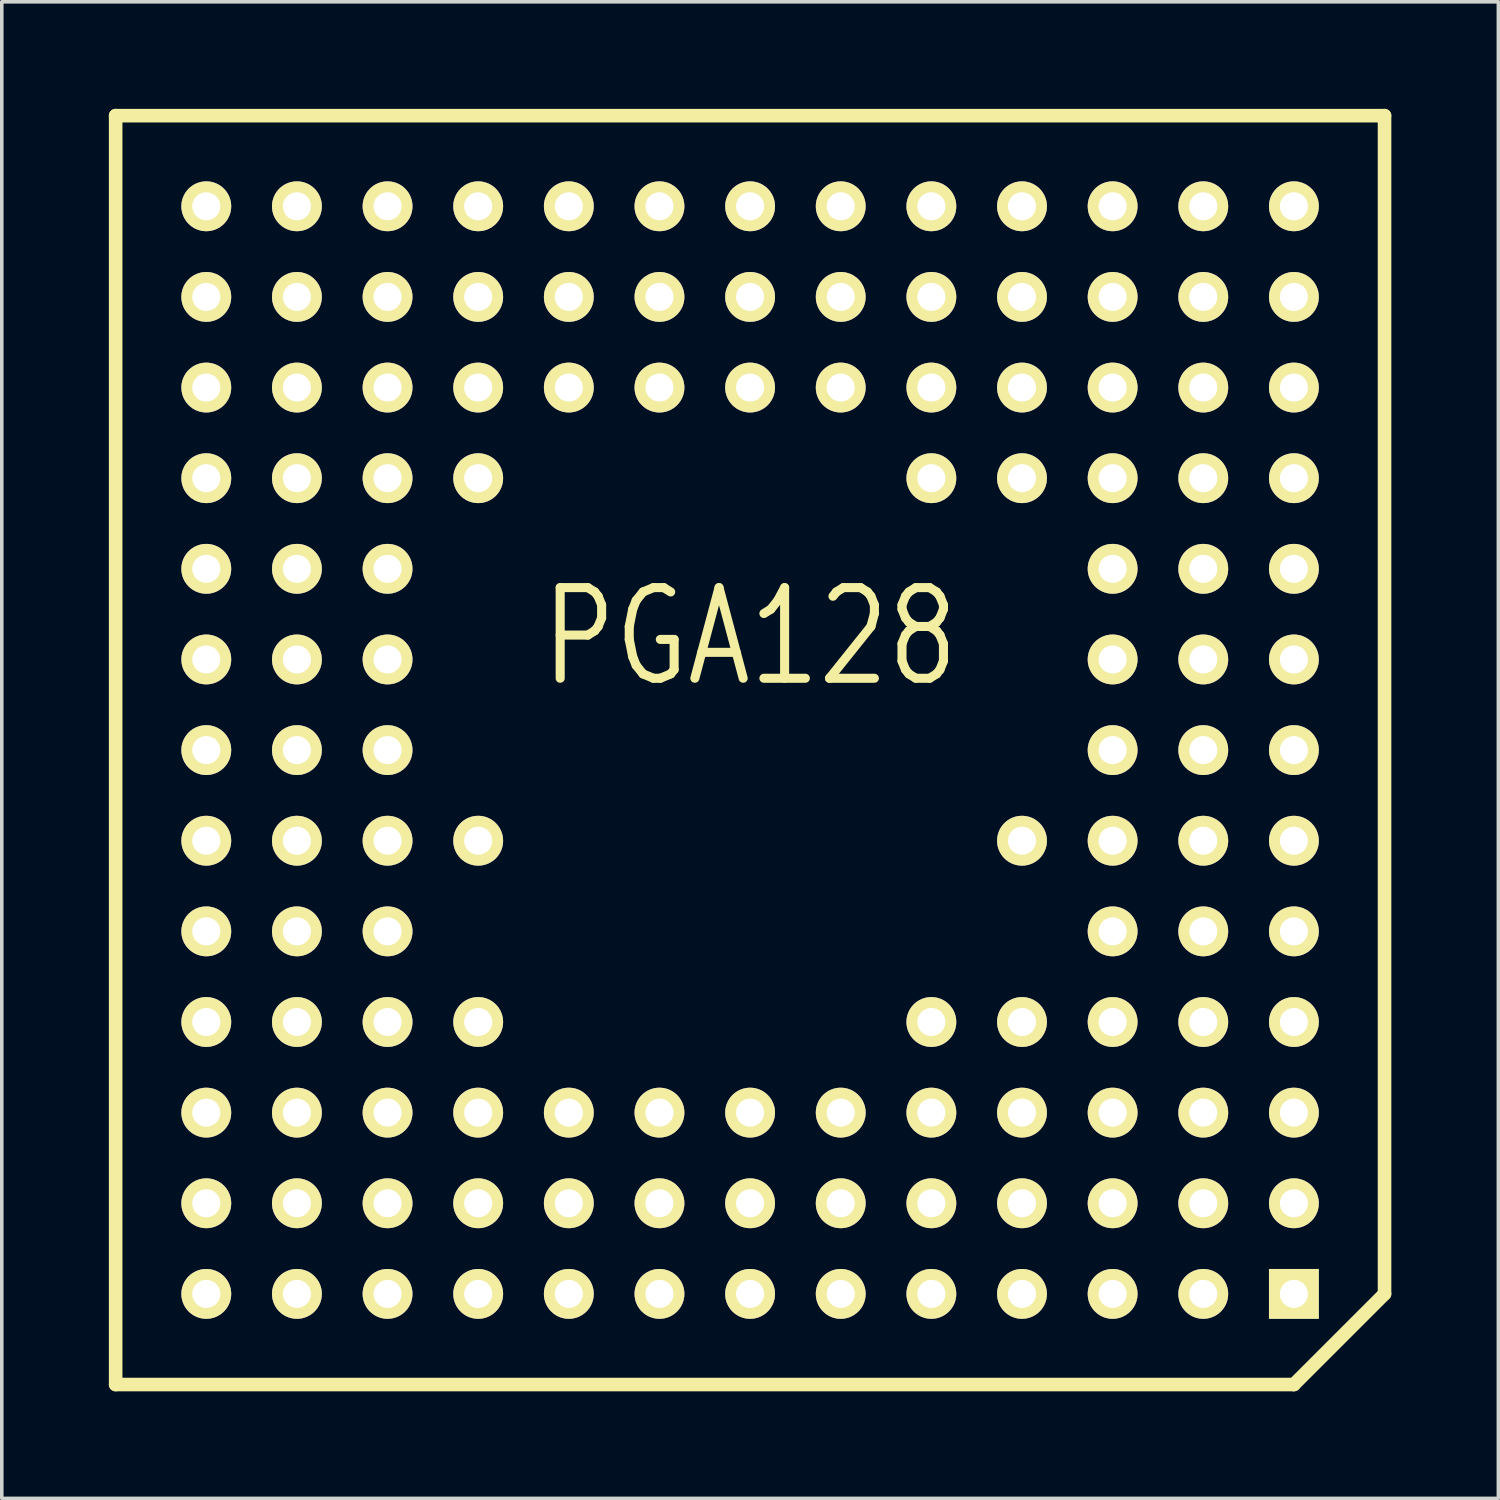
<source format=kicad_pcb>
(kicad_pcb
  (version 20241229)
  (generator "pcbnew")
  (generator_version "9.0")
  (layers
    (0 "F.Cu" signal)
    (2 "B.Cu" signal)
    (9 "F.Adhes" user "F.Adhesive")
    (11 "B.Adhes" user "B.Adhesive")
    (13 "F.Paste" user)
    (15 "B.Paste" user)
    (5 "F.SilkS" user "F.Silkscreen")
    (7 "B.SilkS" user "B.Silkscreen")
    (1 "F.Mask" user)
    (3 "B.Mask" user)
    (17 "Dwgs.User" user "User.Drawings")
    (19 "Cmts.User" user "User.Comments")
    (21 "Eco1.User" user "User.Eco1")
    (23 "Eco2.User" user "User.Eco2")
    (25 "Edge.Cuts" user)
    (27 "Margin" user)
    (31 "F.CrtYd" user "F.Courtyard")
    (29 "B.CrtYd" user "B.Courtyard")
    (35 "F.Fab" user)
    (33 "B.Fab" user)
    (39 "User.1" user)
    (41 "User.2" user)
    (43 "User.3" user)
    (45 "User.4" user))
  (footprint "PGA128"
    (layer "F.Cu")
    (at 17.971 17.971)
    (property "Reference" "PGA128" (at 0 -3.175 0) (layer "F.SilkS") (effects (font (size 2.54 2.032) (thickness 0.254))))
    (fp_line (start -17.78 -17.78) (end -17.78 17.78) (stroke (width 0.381) (type solid)) (layer "F.SilkS"))
    (fp_line (start -17.78 17.78) (end 15.24 17.78) (stroke (width 0.381) (type solid)) (layer "F.SilkS"))
    (fp_line (start 15.24 17.78) (end 17.78 15.24) (stroke (width 0.381) (type solid)) (layer "F.SilkS"))
    (fp_line (start 17.78 -17.78) (end -17.78 -17.78) (stroke (width 0.381) (type solid)) (layer "F.SilkS"))
    (fp_line (start 17.78 15.24) (end 17.78 -17.78) (stroke (width 0.381) (type solid)) (layer "F.SilkS"))
    (pad "A1" thru_hole rect (at 15.24 15.24) (size 1.397 1.397) (drill 0.787) (layers "*.Cu" "*.Mask" "F.SilkS"))
    (pad "A2" thru_hole circle (at 12.7 15.24) (size 1.397 1.397) (drill 0.787) (layers "*.Cu" "*.Mask" "F.SilkS"))
    (pad "A3" thru_hole circle (at 10.16 15.24) (size 1.397 1.397) (drill 0.787) (layers "*.Cu" "*.Mask" "F.SilkS"))
    (pad "A4" thru_hole circle (at 7.62 15.24) (size 1.397 1.397) (drill 0.787) (layers "*.Cu" "*.Mask" "F.SilkS"))
    (pad "A5" thru_hole circle (at 5.08 15.24) (size 1.397 1.397) (drill 0.787) (layers "*.Cu" "*.Mask" "F.SilkS"))
    (pad "A6" thru_hole circle (at 2.54 15.24) (size 1.397 1.397) (drill 0.787) (layers "*.Cu" "*.Mask" "F.SilkS"))
    (pad "A7" thru_hole circle (at 0 15.24) (size 1.397 1.397) (drill 0.787) (layers "*.Cu" "*.Mask" "F.SilkS"))
    (pad "A8" thru_hole circle (at -2.54 15.24) (size 1.397 1.397) (drill 0.787) (layers "*.Cu" "*.Mask" "F.SilkS"))
    (pad "A9" thru_hole circle (at -5.08 15.24) (size 1.397 1.397) (drill 0.787) (layers "*.Cu" "*.Mask" "F.SilkS"))
    (pad "A10" thru_hole circle (at -7.62 15.24) (size 1.397 1.397) (drill 0.787) (layers "*.Cu" "*.Mask" "F.SilkS"))
    (pad "A11" thru_hole circle (at -10.16 15.24) (size 1.397 1.397) (drill 0.787) (layers "*.Cu" "*.Mask" "F.SilkS"))
    (pad "A12" thru_hole circle (at -12.7 15.24) (size 1.397 1.397) (drill 0.787) (layers "*.Cu" "*.Mask" "F.SilkS"))
    (pad "A13" thru_hole circle (at -15.24 15.24) (size 1.397 1.397) (drill 0.787) (layers "*.Cu" "*.Mask" "F.SilkS"))
    (pad "B1" thru_hole circle (at 15.24 12.7) (size 1.397 1.397) (drill 0.787) (layers "*.Cu" "*.Mask" "F.SilkS"))
    (pad "B2" thru_hole circle (at 12.7 12.7) (size 1.397 1.397) (drill 0.787) (layers "*.Cu" "*.Mask" "F.SilkS"))
    (pad "B3" thru_hole circle (at 10.16 12.7) (size 1.397 1.397) (drill 0.787) (layers "*.Cu" "*.Mask" "F.SilkS"))
    (pad "B4" thru_hole circle (at 7.62 12.7) (size 1.397 1.397) (drill 0.787) (layers "*.Cu" "*.Mask" "F.SilkS"))
    (pad "B5" thru_hole circle (at 5.08 12.7) (size 1.397 1.397) (drill 0.787) (layers "*.Cu" "*.Mask" "F.SilkS"))
    (pad "B6" thru_hole circle (at 2.54 12.7) (size 1.397 1.397) (drill 0.787) (layers "*.Cu" "*.Mask" "F.SilkS"))
    (pad "B7" thru_hole circle (at 0 12.7) (size 1.397 1.397) (drill 0.787) (layers "*.Cu" "*.Mask" "F.SilkS"))
    (pad "B8" thru_hole circle (at -2.54 12.7) (size 1.397 1.397) (drill 0.787) (layers "*.Cu" "*.Mask" "F.SilkS"))
    (pad "B9" thru_hole circle (at -5.08 12.7) (size 1.397 1.397) (drill 0.787) (layers "*.Cu" "*.Mask" "F.SilkS"))
    (pad "B10" thru_hole circle (at -7.62 12.7) (size 1.397 1.397) (drill 0.787) (layers "*.Cu" "*.Mask" "F.SilkS"))
    (pad "B11" thru_hole circle (at -10.16 12.7) (size 1.397 1.397) (drill 0.787) (layers "*.Cu" "*.Mask" "F.SilkS"))
    (pad "B12" thru_hole circle (at -12.7 12.7) (size 1.397 1.397) (drill 0.787) (layers "*.Cu" "*.Mask" "F.SilkS"))
    (pad "B13" thru_hole circle (at -15.24 12.7) (size 1.397 1.397) (drill 0.787) (layers "*.Cu" "*.Mask" "F.SilkS"))
    (pad "C1" thru_hole circle (at 15.24 10.16) (size 1.397 1.397) (drill 0.787) (layers "*.Cu" "*.Mask" "F.SilkS"))
    (pad "C2" thru_hole circle (at 12.7 10.16) (size 1.397 1.397) (drill 0.787) (layers "*.Cu" "*.Mask" "F.SilkS"))
    (pad "C3" thru_hole circle (at 10.16 10.16) (size 1.397 1.397) (drill 0.787) (layers "*.Cu" "*.Mask" "F.SilkS"))
    (pad "C4" thru_hole circle (at 7.62 10.16) (size 1.397 1.397) (drill 0.787) (layers "*.Cu" "*.Mask" "F.SilkS"))
    (pad "C5" thru_hole circle (at 5.08 10.16) (size 1.397 1.397) (drill 0.787) (layers "*.Cu" "*.Mask" "F.SilkS"))
    (pad "C6" thru_hole circle (at 2.54 10.16) (size 1.397 1.397) (drill 0.787) (layers "*.Cu" "*.Mask" "F.SilkS"))
    (pad "C7" thru_hole circle (at 0 10.16) (size 1.397 1.397) (drill 0.787) (layers "*.Cu" "*.Mask" "F.SilkS"))
    (pad "C8" thru_hole circle (at -2.54 10.16) (size 1.397 1.397) (drill 0.787) (layers "*.Cu" "*.Mask" "F.SilkS"))
    (pad "C9" thru_hole circle (at -5.08 10.16) (size 1.397 1.397) (drill 0.787) (layers "*.Cu" "*.Mask" "F.SilkS"))
    (pad "C10" thru_hole circle (at -7.62 10.16) (size 1.397 1.397) (drill 0.787) (layers "*.Cu" "*.Mask" "F.SilkS"))
    (pad "C11" thru_hole circle (at -10.16 10.16) (size 1.397 1.397) (drill 0.787) (layers "*.Cu" "*.Mask" "F.SilkS"))
    (pad "C12" thru_hole circle (at -12.7 10.16) (size 1.397 1.397) (drill 0.787) (layers "*.Cu" "*.Mask" "F.SilkS"))
    (pad "C13" thru_hole circle (at -15.24 10.16) (size 1.397 1.397) (drill 0.787) (layers "*.Cu" "*.Mask" "F.SilkS"))
    (pad "D1" thru_hole circle (at 15.24 7.62) (size 1.397 1.397) (drill 0.787) (layers "*.Cu" "*.Mask" "F.SilkS"))
    (pad "D2" thru_hole circle (at 12.7 7.62) (size 1.397 1.397) (drill 0.787) (layers "*.Cu" "*.Mask" "F.SilkS"))
    (pad "D3" thru_hole circle (at 10.16 7.62) (size 1.397 1.397) (drill 0.787) (layers "*.Cu" "*.Mask" "F.SilkS"))
    (pad "D4" thru_hole circle (at 7.62 7.62) (size 1.397 1.397) (drill 0.787) (layers "*.Cu" "*.Mask" "F.SilkS"))
    (pad "D5" thru_hole circle (at 5.08 7.62) (size 1.397 1.397) (drill 0.787) (layers "*.Cu" "*.Mask" "F.SilkS"))
    (pad "D10" thru_hole circle (at -7.62 7.62) (size 1.397 1.397) (drill 0.787) (layers "*.Cu" "*.Mask" "F.SilkS"))
    (pad "D11" thru_hole circle (at -10.16 7.62) (size 1.397 1.397) (drill 0.787) (layers "*.Cu" "*.Mask" "F.SilkS"))
    (pad "D12" thru_hole circle (at -12.7 7.62) (size 1.397 1.397) (drill 0.787) (layers "*.Cu" "*.Mask" "F.SilkS"))
    (pad "D13" thru_hole circle (at -15.24 7.62) (size 1.397 1.397) (drill 0.787) (layers "*.Cu" "*.Mask" "F.SilkS"))
    (pad "E1" thru_hole circle (at 15.24 5.08) (size 1.397 1.397) (drill 0.787) (layers "*.Cu" "*.Mask" "F.SilkS"))
    (pad "E2" thru_hole circle (at 12.7 5.08) (size 1.397 1.397) (drill 0.787) (layers "*.Cu" "*.Mask" "F.SilkS"))
    (pad "E3" thru_hole circle (at 10.16 5.08) (size 1.397 1.397) (drill 0.787) (layers "*.Cu" "*.Mask" "F.SilkS"))
    (pad "E11" thru_hole circle (at -10.16 5.08) (size 1.397 1.397) (drill 0.787) (layers "*.Cu" "*.Mask" "F.SilkS"))
    (pad "E12" thru_hole circle (at -12.7 5.08) (size 1.397 1.397) (drill 0.787) (layers "*.Cu" "*.Mask" "F.SilkS"))
    (pad "E13" thru_hole circle (at -15.24 5.08) (size 1.397 1.397) (drill 0.787) (layers "*.Cu" "*.Mask" "F.SilkS"))
    (pad "F1" thru_hole circle (at 15.24 2.54) (size 1.397 1.397) (drill 0.787) (layers "*.Cu" "*.Mask" "F.SilkS"))
    (pad "F2" thru_hole circle (at 12.7 2.54) (size 1.397 1.397) (drill 0.787) (layers "*.Cu" "*.Mask" "F.SilkS"))
    (pad "F3" thru_hole circle (at 10.16 2.54) (size 1.397 1.397) (drill 0.787) (layers "*.Cu" "*.Mask" "F.SilkS"))
    (pad "F4" thru_hole circle (at 7.62 2.54) (size 1.397 1.397) (drill 0.787) (layers "*.Cu" "*.Mask" "F.SilkS"))
    (pad "F10" thru_hole circle (at -7.62 2.54) (size 1.397 1.397) (drill 0.787) (layers "*.Cu" "*.Mask" "F.SilkS"))
    (pad "F11" thru_hole circle (at -10.16 2.54) (size 1.397 1.397) (drill 0.787) (layers "*.Cu" "*.Mask" "F.SilkS"))
    (pad "F12" thru_hole circle (at -12.7 2.54) (size 1.397 1.397) (drill 0.787) (layers "*.Cu" "*.Mask" "F.SilkS"))
    (pad "F13" thru_hole circle (at -15.24 2.54) (size 1.397 1.397) (drill 0.787) (layers "*.Cu" "*.Mask" "F.SilkS"))
    (pad "G1" thru_hole circle (at 15.24 0) (size 1.397 1.397) (drill 0.787) (layers "*.Cu" "*.Mask" "F.SilkS"))
    (pad "G2" thru_hole circle (at 12.7 0) (size 1.397 1.397) (drill 0.787) (layers "*.Cu" "*.Mask" "F.SilkS"))
    (pad "G3" thru_hole circle (at 10.16 0) (size 1.397 1.397) (drill 0.787) (layers "*.Cu" "*.Mask" "F.SilkS"))
    (pad "G11" thru_hole circle (at -10.16 0) (size 1.397 1.397) (drill 0.787) (layers "*.Cu" "*.Mask" "F.SilkS"))
    (pad "G12" thru_hole circle (at -12.7 0) (size 1.397 1.397) (drill 0.787) (layers "*.Cu" "*.Mask" "F.SilkS"))
    (pad "G13" thru_hole circle (at -15.24 0) (size 1.397 1.397) (drill 0.787) (layers "*.Cu" "*.Mask" "F.SilkS"))
    (pad "H1" thru_hole circle (at 15.24 -2.54) (size 1.397 1.397) (drill 0.787) (layers "*.Cu" "*.Mask" "F.SilkS"))
    (pad "H2" thru_hole circle (at 12.7 -2.54) (size 1.397 1.397) (drill 0.787) (layers "*.Cu" "*.Mask" "F.SilkS"))
    (pad "H3" thru_hole circle (at 10.16 -2.54) (size 1.397 1.397) (drill 0.787) (layers "*.Cu" "*.Mask" "F.SilkS"))
    (pad "H11" thru_hole circle (at -10.16 -2.54) (size 1.397 1.397) (drill 0.787) (layers "*.Cu" "*.Mask" "F.SilkS"))
    (pad "H12" thru_hole circle (at -12.7 -2.54) (size 1.397 1.397) (drill 0.787) (layers "*.Cu" "*.Mask" "F.SilkS"))
    (pad "H13" thru_hole circle (at -15.24 -2.54) (size 1.397 1.397) (drill 0.787) (layers "*.Cu" "*.Mask" "F.SilkS"))
    (pad "J1" thru_hole circle (at 15.24 -5.08) (size 1.397 1.397) (drill 0.787) (layers "*.Cu" "*.Mask" "F.SilkS"))
    (pad "J2" thru_hole circle (at 12.7 -5.08) (size 1.397 1.397) (drill 0.787) (layers "*.Cu" "*.Mask" "F.SilkS"))
    (pad "J3" thru_hole circle (at 10.16 -5.08) (size 1.397 1.397) (drill 0.787) (layers "*.Cu" "*.Mask" "F.SilkS"))
    (pad "J11" thru_hole circle (at -10.16 -5.08) (size 1.397 1.397) (drill 0.787) (layers "*.Cu" "*.Mask" "F.SilkS"))
    (pad "J12" thru_hole circle (at -12.7 -5.08) (size 1.397 1.397) (drill 0.787) (layers "*.Cu" "*.Mask" "F.SilkS"))
    (pad "J13" thru_hole circle (at -15.24 -5.08) (size 1.397 1.397) (drill 0.787) (layers "*.Cu" "*.Mask" "F.SilkS"))
    (pad "K1" thru_hole circle (at 15.24 -7.62) (size 1.397 1.397) (drill 0.787) (layers "*.Cu" "*.Mask" "F.SilkS"))
    (pad "K2" thru_hole circle (at 12.7 -7.62) (size 1.397 1.397) (drill 0.787) (layers "*.Cu" "*.Mask" "F.SilkS"))
    (pad "K3" thru_hole circle (at 10.16 -7.62) (size 1.397 1.397) (drill 0.787) (layers "*.Cu" "*.Mask" "F.SilkS"))
    (pad "K4" thru_hole circle (at 7.62 -7.62) (size 1.397 1.397) (drill 0.787) (layers "*.Cu" "*.Mask" "F.SilkS"))
    (pad "K5" thru_hole circle (at 5.08 -7.62) (size 1.397 1.397) (drill 0.787) (layers "*.Cu" "*.Mask" "F.SilkS"))
    (pad "K10" thru_hole circle (at -7.62 -7.62) (size 1.397 1.397) (drill 0.787) (layers "*.Cu" "*.Mask" "F.SilkS"))
    (pad "K11" thru_hole circle (at -10.16 -7.62) (size 1.397 1.397) (drill 0.787) (layers "*.Cu" "*.Mask" "F.SilkS"))
    (pad "K12" thru_hole circle (at -12.7 -7.62) (size 1.397 1.397) (drill 0.787) (layers "*.Cu" "*.Mask" "F.SilkS"))
    (pad "K13" thru_hole circle (at -15.24 -7.62) (size 1.397 1.397) (drill 0.787) (layers "*.Cu" "*.Mask" "F.SilkS"))
    (pad "L1" thru_hole circle (at 15.24 -10.16) (size 1.397 1.397) (drill 0.787) (layers "*.Cu" "*.Mask" "F.SilkS"))
    (pad "L2" thru_hole circle (at 12.7 -10.16) (size 1.397 1.397) (drill 0.787) (layers "*.Cu" "*.Mask" "F.SilkS"))
    (pad "L3" thru_hole circle (at 10.16 -10.16) (size 1.397 1.397) (drill 0.787) (layers "*.Cu" "*.Mask" "F.SilkS"))
    (pad "L4" thru_hole circle (at 7.62 -10.16) (size 1.397 1.397) (drill 0.787) (layers "*.Cu" "*.Mask" "F.SilkS"))
    (pad "L5" thru_hole circle (at 5.08 -10.16) (size 1.397 1.397) (drill 0.787) (layers "*.Cu" "*.Mask" "F.SilkS"))
    (pad "L6" thru_hole circle (at 2.54 -10.16) (size 1.397 1.397) (drill 0.787) (layers "*.Cu" "*.Mask" "F.SilkS"))
    (pad "L7" thru_hole circle (at 0 -10.16) (size 1.397 1.397) (drill 0.787) (layers "*.Cu" "*.Mask" "F.SilkS"))
    (pad "L8" thru_hole circle (at -2.54 -10.16) (size 1.397 1.397) (drill 0.787) (layers "*.Cu" "*.Mask" "F.SilkS"))
    (pad "L9" thru_hole circle (at -5.08 -10.16) (size 1.397 1.397) (drill 0.787) (layers "*.Cu" "*.Mask" "F.SilkS"))
    (pad "L10" thru_hole circle (at -7.62 -10.16) (size 1.397 1.397) (drill 0.787) (layers "*.Cu" "*.Mask" "F.SilkS"))
    (pad "L11" thru_hole circle (at -10.16 -10.16) (size 1.397 1.397) (drill 0.787) (layers "*.Cu" "*.Mask" "F.SilkS"))
    (pad "L12" thru_hole circle (at -12.7 -10.16) (size 1.397 1.397) (drill 0.787) (layers "*.Cu" "*.Mask" "F.SilkS"))
    (pad "L13" thru_hole circle (at -15.24 -10.16) (size 1.397 1.397) (drill 0.787) (layers "*.Cu" "*.Mask" "F.SilkS"))
    (pad "M1" thru_hole circle (at 15.24 -12.7) (size 1.397 1.397) (drill 0.787) (layers "*.Cu" "*.Mask" "F.SilkS"))
    (pad "M2" thru_hole circle (at 12.7 -12.7) (size 1.397 1.397) (drill 0.787) (layers "*.Cu" "*.Mask" "F.SilkS"))
    (pad "M3" thru_hole circle (at 10.16 -12.7) (size 1.397 1.397) (drill 0.787) (layers "*.Cu" "*.Mask" "F.SilkS"))
    (pad "M4" thru_hole circle (at 7.62 -12.7) (size 1.397 1.397) (drill 0.787) (layers "*.Cu" "*.Mask" "F.SilkS"))
    (pad "M5" thru_hole circle (at 5.08 -12.7) (size 1.397 1.397) (drill 0.787) (layers "*.Cu" "*.Mask" "F.SilkS"))
    (pad "M6" thru_hole circle (at 2.54 -12.7) (size 1.397 1.397) (drill 0.787) (layers "*.Cu" "*.Mask" "F.SilkS"))
    (pad "M7" thru_hole circle (at 0 -12.7) (size 1.397 1.397) (drill 0.787) (layers "*.Cu" "*.Mask" "F.SilkS"))
    (pad "M8" thru_hole circle (at -2.54 -12.7) (size 1.397 1.397) (drill 0.787) (layers "*.Cu" "*.Mask" "F.SilkS"))
    (pad "M9" thru_hole circle (at -5.08 -12.7) (size 1.397 1.397) (drill 0.787) (layers "*.Cu" "*.Mask" "F.SilkS"))
    (pad "M10" thru_hole circle (at -7.62 -12.7) (size 1.397 1.397) (drill 0.787) (layers "*.Cu" "*.Mask" "F.SilkS"))
    (pad "M11" thru_hole circle (at -10.16 -12.7) (size 1.397 1.397) (drill 0.787) (layers "*.Cu" "*.Mask" "F.SilkS"))
    (pad "M12" thru_hole circle (at -12.7 -12.7) (size 1.397 1.397) (drill 0.787) (layers "*.Cu" "*.Mask" "F.SilkS"))
    (pad "M13" thru_hole circle (at -15.24 -12.7) (size 1.397 1.397) (drill 0.787) (layers "*.Cu" "*.Mask" "F.SilkS"))
    (pad "N1" thru_hole circle (at 15.24 -15.24) (size 1.397 1.397) (drill 0.787) (layers "*.Cu" "*.Mask" "F.SilkS"))
    (pad "N2" thru_hole circle (at 12.7 -15.24) (size 1.397 1.397) (drill 0.787) (layers "*.Cu" "*.Mask" "F.SilkS"))
    (pad "N3" thru_hole circle (at 10.16 -15.24) (size 1.397 1.397) (drill 0.787) (layers "*.Cu" "*.Mask" "F.SilkS"))
    (pad "N4" thru_hole circle (at 7.62 -15.24) (size 1.397 1.397) (drill 0.787) (layers "*.Cu" "*.Mask" "F.SilkS"))
    (pad "N5" thru_hole circle (at 5.08 -15.24) (size 1.397 1.397) (drill 0.787) (layers "*.Cu" "*.Mask" "F.SilkS"))
    (pad "N6" thru_hole circle (at 2.54 -15.24) (size 1.397 1.397) (drill 0.787) (layers "*.Cu" "*.Mask" "F.SilkS"))
    (pad "N7" thru_hole circle (at 0 -15.24) (size 1.397 1.397) (drill 0.787) (layers "*.Cu" "*.Mask" "F.SilkS"))
    (pad "N8" thru_hole circle (at -2.54 -15.24) (size 1.397 1.397) (drill 0.787) (layers "*.Cu" "*.Mask" "F.SilkS"))
    (pad "N9" thru_hole circle (at -5.08 -15.24) (size 1.397 1.397) (drill 0.787) (layers "*.Cu" "*.Mask" "F.SilkS"))
    (pad "N10" thru_hole circle (at -7.62 -15.24) (size 1.397 1.397) (drill 0.787) (layers "*.Cu" "*.Mask" "F.SilkS"))
    (pad "N11" thru_hole circle (at -10.16 -15.24) (size 1.397 1.397) (drill 0.787) (layers "*.Cu" "*.Mask" "F.SilkS"))
    (pad "N12" thru_hole circle (at -12.7 -15.24) (size 1.397 1.397) (drill 0.787) (layers "*.Cu" "*.Mask" "F.SilkS"))
    (pad "N13" thru_hole circle (at -15.24 -15.24) (size 1.397 1.397) (drill 0.787) (layers "*.Cu" "*.Mask" "F.SilkS")))
  (gr_rect
    (start -3 -3)
    (end 38.941 38.941)
    (stroke (width 0.1) (type default))
    (fill no)
    (layer "Edge.Cuts")))
</source>
